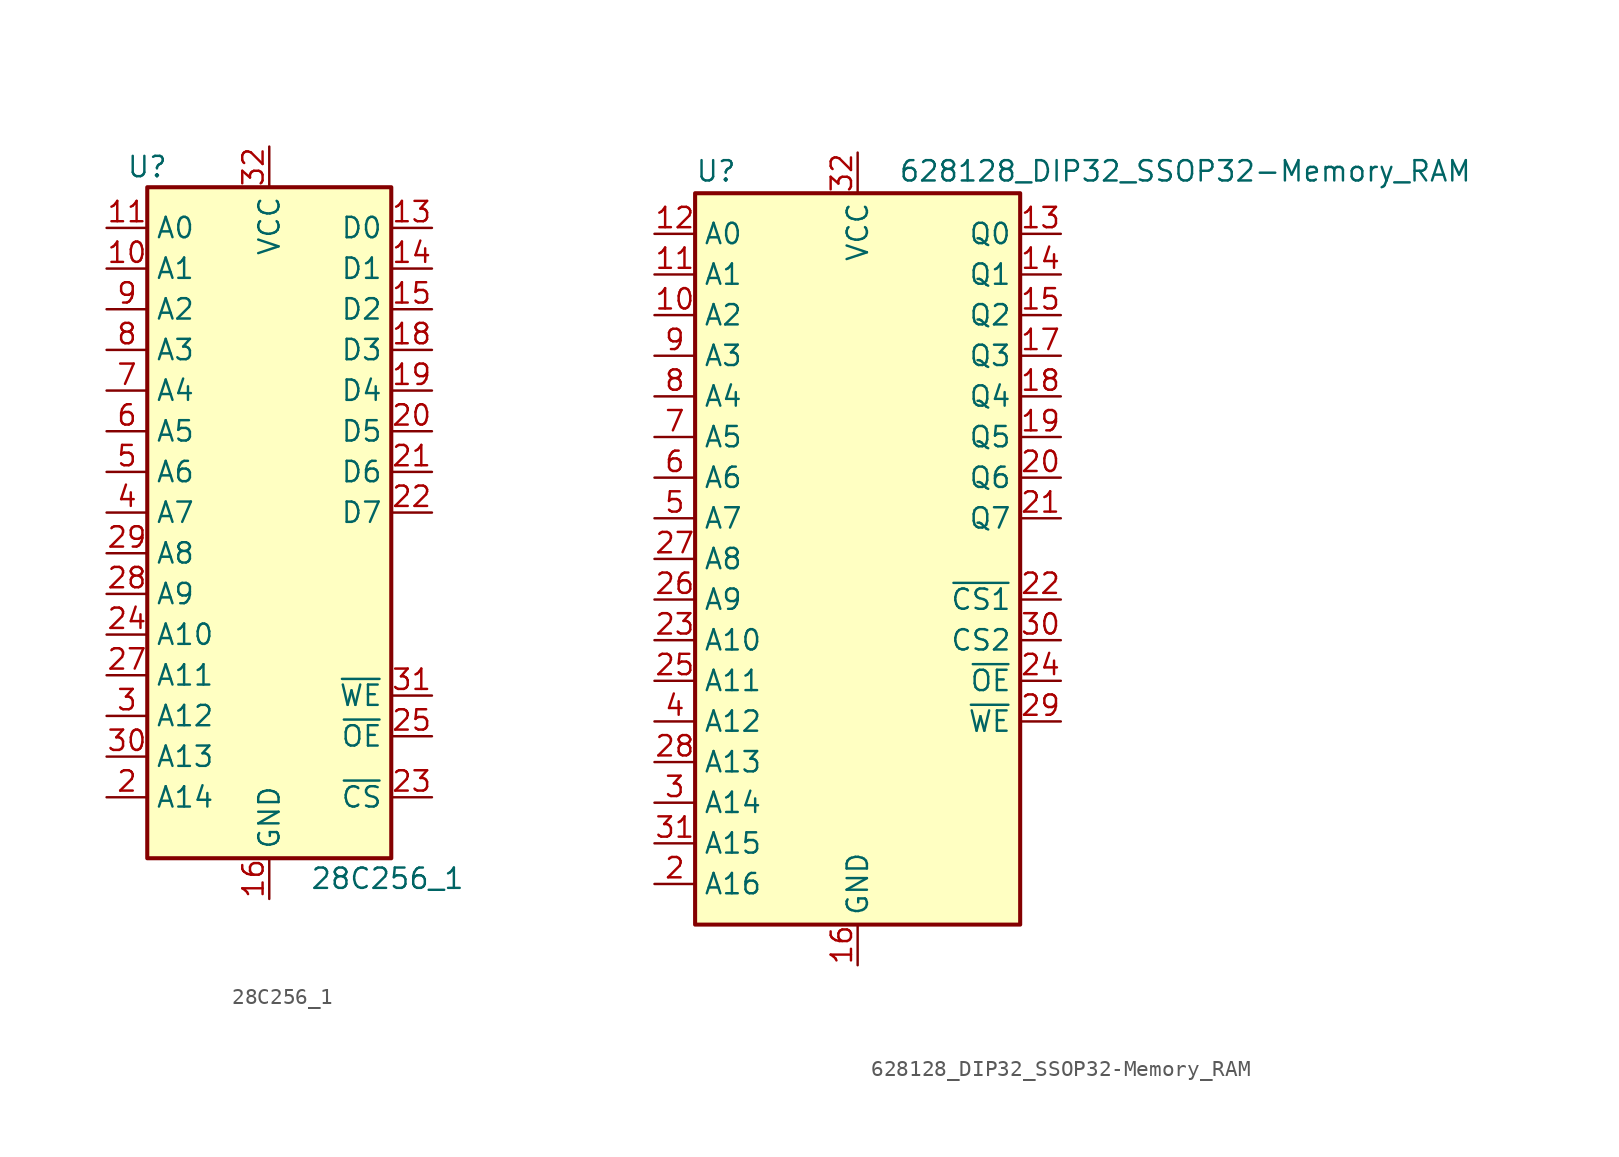
<source format=kicad_sym>
(kicad_symbol_lib
  (version 20211014)
  (generator kicad_symbol_editor)
  (symbol "28C256_1"
    (property "Reference" "U"
      (at -7.62 26.67 0)
      (effects (font (size 1.27 1.27))))
    (property "Value" "28C256_1"
      (at 2.54 -17.78 0)
      (effects (font (size 1.27 1.27)) (justify left)))
    (symbol "28C256_1_1_1"
      (rectangle (start -7.62 25.4) (end 7.62 -16.51) (stroke (width 0.254) (type default) (color 0 0 0 0)) (fill (type background)))
      (pin input line (at -10.16 20.32 0) (length 2.54) (name "A1" (effects (font (size 1.27 1.27)))) (number "10" (effects (font (size 1.27 1.27)))))
      (pin input line (at -10.16 22.86 0) (length 2.54) (name "A0" (effects (font (size 1.27 1.27)))) (number "11" (effects (font (size 1.27 1.27)))))
      (pin tri_state line (at 10.16 22.86 180) (length 2.54) (name "D0" (effects (font (size 1.27 1.27)))) (number "13" (effects (font (size 1.27 1.27)))))
      (pin tri_state line (at 10.16 20.32 180) (length 2.54) (name "D1" (effects (font (size 1.27 1.27)))) (number "14" (effects (font (size 1.27 1.27)))))
      (pin tri_state line (at 10.16 17.78 180) (length 2.54) (name "D2" (effects (font (size 1.27 1.27)))) (number "15" (effects (font (size 1.27 1.27)))))
      (pin power_in line (at 0 -19.05 90) (length 2.54) (name "GND" (effects (font (size 1.27 1.27)))) (number "16" (effects (font (size 1.27 1.27)))))
      (pin tri_state line (at 10.16 15.24 180) (length 2.54) (name "D3" (effects (font (size 1.27 1.27)))) (number "18" (effects (font (size 1.27 1.27)))))
      (pin tri_state line (at 10.16 12.7 180) (length 2.54) (name "D4" (effects (font (size 1.27 1.27)))) (number "19" (effects (font (size 1.27 1.27)))))
      (pin input line (at -10.16 -12.7 0) (length 2.54) (name "A14" (effects (font (size 1.27 1.27)))) (number "2" (effects (font (size 1.27 1.27)))))
      (pin tri_state line (at 10.16 10.16 180) (length 2.54) (name "D5" (effects (font (size 1.27 1.27)))) (number "20" (effects (font (size 1.27 1.27)))))
      (pin tri_state line (at 10.16 7.62 180) (length 2.54) (name "D6" (effects (font (size 1.27 1.27)))) (number "21" (effects (font (size 1.27 1.27)))))
      (pin tri_state line (at 10.16 5.08 180) (length 2.54) (name "D7" (effects (font (size 1.27 1.27)))) (number "22" (effects (font (size 1.27 1.27)))))
      (pin input line (at 10.16 -12.7 180) (length 2.54) (name "~{CS}" (effects (font (size 1.27 1.27)))) (number "23" (effects (font (size 1.27 1.27)))))
      (pin input line (at -10.16 -2.54 0) (length 2.54) (name "A10" (effects (font (size 1.27 1.27)))) (number "24" (effects (font (size 1.27 1.27)))))
      (pin input line (at 10.16 -8.89 180) (length 2.54) (name "~{OE}" (effects (font (size 1.27 1.27)))) (number "25" (effects (font (size 1.27 1.27)))))
      (pin input line (at -10.16 -5.08 0) (length 2.54) (name "A11" (effects (font (size 1.27 1.27)))) (number "27" (effects (font (size 1.27 1.27)))))
      (pin input line (at -10.16 0 0) (length 2.54) (name "A9" (effects (font (size 1.27 1.27)))) (number "28" (effects (font (size 1.27 1.27)))))
      (pin input line (at -10.16 2.54 0) (length 2.54) (name "A8" (effects (font (size 1.27 1.27)))) (number "29" (effects (font (size 1.27 1.27)))))
      (pin input line (at -10.16 -7.62 0) (length 2.54) (name "A12" (effects (font (size 1.27 1.27)))) (number "3" (effects (font (size 1.27 1.27)))))
      (pin input line (at -10.16 -10.16 0) (length 2.54) (name "A13" (effects (font (size 1.27 1.27)))) (number "30" (effects (font (size 1.27 1.27)))))
      (pin input line (at 10.16 -6.35 180) (length 2.54) (name "~{WE}" (effects (font (size 1.27 1.27)))) (number "31" (effects (font (size 1.27 1.27)))))
      (pin power_in line (at 0 27.94 270) (length 2.54) (name "VCC" (effects (font (size 1.27 1.27)))) (number "32" (effects (font (size 1.27 1.27)))))
      (pin input line (at -10.16 5.08 0) (length 2.54) (name "A7" (effects (font (size 1.27 1.27)))) (number "4" (effects (font (size 1.27 1.27)))))
      (pin input line (at -10.16 7.62 0) (length 2.54) (name "A6" (effects (font (size 1.27 1.27)))) (number "5" (effects (font (size 1.27 1.27)))))
      (pin input line (at -10.16 10.16 0) (length 2.54) (name "A5" (effects (font (size 1.27 1.27)))) (number "6" (effects (font (size 1.27 1.27)))))
      (pin input line (at -10.16 12.7 0) (length 2.54) (name "A4" (effects (font (size 1.27 1.27)))) (number "7" (effects (font (size 1.27 1.27)))))
      (pin input line (at -10.16 15.24 0) (length 2.54) (name "A3" (effects (font (size 1.27 1.27)))) (number "8" (effects (font (size 1.27 1.27)))))
      (pin input line (at -10.16 17.78 0) (length 2.54) (name "A2" (effects (font (size 1.27 1.27)))) (number "9" (effects (font (size 1.27 1.27)))))))
  (symbol "628128_DIP32_SSOP32-Memory_RAM"
    (property "Reference" "U"
      (at -10.16 23.495 0)
      (effects (font (size 1.27 1.27)) (justify left bottom)))
    (property "Value" "628128_DIP32_SSOP32-Memory_RAM"
      (at 2.54 23.495 0)
      (effects (font (size 1.27 1.27)) (justify left bottom)))
    (symbol "628128_DIP32_SSOP32-Memory_RAM_0_0"
      (pin power_in line (at 0 -25.4 90) (length 2.54) (name "GND" (effects (font (size 1.27 1.27)))) (number "16" (effects (font (size 1.27 1.27)))))
      (pin power_in line (at 0 25.4 270) (length 2.54) (name "VCC" (effects (font (size 1.27 1.27)))) (number "32" (effects (font (size 1.27 1.27))))))
    (symbol "628128_DIP32_SSOP32-Memory_RAM_0_1"
      (rectangle (start -10.16 22.86) (end 10.16 -22.86) (stroke (width 0.254) (type default) (color 0 0 0 0)) (fill (type background))))
    (symbol "628128_DIP32_SSOP32-Memory_RAM_1_1"
      (pin no_connect line (at 10.16 -20.32 180) (length 2.54) hide (name "NC" (effects (font (size 1.27 1.27)))) (number "1" (effects (font (size 1.27 1.27)))))
      (pin input line (at -12.7 15.24 0) (length 2.54) (name "A2" (effects (font (size 1.27 1.27)))) (number "10" (effects (font (size 1.27 1.27)))))
      (pin input line (at -12.7 17.78 0) (length 2.54) (name "A1" (effects (font (size 1.27 1.27)))) (number "11" (effects (font (size 1.27 1.27)))))
      (pin input line (at -12.7 20.32 0) (length 2.54) (name "A0" (effects (font (size 1.27 1.27)))) (number "12" (effects (font (size 1.27 1.27)))))
      (pin tri_state line (at 12.7 20.32 180) (length 2.54) (name "Q0" (effects (font (size 1.27 1.27)))) (number "13" (effects (font (size 1.27 1.27)))))
      (pin tri_state line (at 12.7 17.78 180) (length 2.54) (name "Q1" (effects (font (size 1.27 1.27)))) (number "14" (effects (font (size 1.27 1.27)))))
      (pin tri_state line (at 12.7 15.24 180) (length 2.54) (name "Q2" (effects (font (size 1.27 1.27)))) (number "15" (effects (font (size 1.27 1.27)))))
      (pin tri_state line (at 12.7 12.7 180) (length 2.54) (name "Q3" (effects (font (size 1.27 1.27)))) (number "17" (effects (font (size 1.27 1.27)))))
      (pin tri_state line (at 12.7 10.16 180) (length 2.54) (name "Q4" (effects (font (size 1.27 1.27)))) (number "18" (effects (font (size 1.27 1.27)))))
      (pin tri_state line (at 12.7 7.62 180) (length 2.54) (name "Q5" (effects (font (size 1.27 1.27)))) (number "19" (effects (font (size 1.27 1.27)))))
      (pin input line (at -12.7 -20.32 0) (length 2.54) (name "A16" (effects (font (size 1.27 1.27)))) (number "2" (effects (font (size 1.27 1.27)))))
      (pin tri_state line (at 12.7 5.08 180) (length 2.54) (name "Q6" (effects (font (size 1.27 1.27)))) (number "20" (effects (font (size 1.27 1.27)))))
      (pin tri_state line (at 12.7 2.54 180) (length 2.54) (name "Q7" (effects (font (size 1.27 1.27)))) (number "21" (effects (font (size 1.27 1.27)))))
      (pin input line (at 12.7 -2.54 180) (length 2.54) (name "~{CS1}" (effects (font (size 1.27 1.27)))) (number "22" (effects (font (size 1.27 1.27)))))
      (pin input line (at -12.7 -5.08 0) (length 2.54) (name "A10" (effects (font (size 1.27 1.27)))) (number "23" (effects (font (size 1.27 1.27)))))
      (pin input line (at 12.7 -7.62 180) (length 2.54) (name "~{OE}" (effects (font (size 1.27 1.27)))) (number "24" (effects (font (size 1.27 1.27)))))
      (pin input line (at -12.7 -7.62 0) (length 2.54) (name "A11" (effects (font (size 1.27 1.27)))) (number "25" (effects (font (size 1.27 1.27)))))
      (pin input line (at -12.7 -2.54 0) (length 2.54) (name "A9" (effects (font (size 1.27 1.27)))) (number "26" (effects (font (size 1.27 1.27)))))
      (pin input line (at -12.7 0 0) (length 2.54) (name "A8" (effects (font (size 1.27 1.27)))) (number "27" (effects (font (size 1.27 1.27)))))
      (pin input line (at -12.7 -12.7 0) (length 2.54) (name "A13" (effects (font (size 1.27 1.27)))) (number "28" (effects (font (size 1.27 1.27)))))
      (pin input line (at 12.7 -10.16 180) (length 2.54) (name "~{WE}" (effects (font (size 1.27 1.27)))) (number "29" (effects (font (size 1.27 1.27)))))
      (pin input line (at -12.7 -15.24 0) (length 2.54) (name "A14" (effects (font (size 1.27 1.27)))) (number "3" (effects (font (size 1.27 1.27)))))
      (pin input line (at 12.7 -5.08 180) (length 2.54) (name "CS2" (effects (font (size 1.27 1.27)))) (number "30" (effects (font (size 1.27 1.27)))))
      (pin input line (at -12.7 -17.78 0) (length 2.54) (name "A15" (effects (font (size 1.27 1.27)))) (number "31" (effects (font (size 1.27 1.27)))))
      (pin input line (at -12.7 -10.16 0) (length 2.54) (name "A12" (effects (font (size 1.27 1.27)))) (number "4" (effects (font (size 1.27 1.27)))))
      (pin input line (at -12.7 2.54 0) (length 2.54) (name "A7" (effects (font (size 1.27 1.27)))) (number "5" (effects (font (size 1.27 1.27)))))
      (pin input line (at -12.7 5.08 0) (length 2.54) (name "A6" (effects (font (size 1.27 1.27)))) (number "6" (effects (font (size 1.27 1.27)))))
      (pin input line (at -12.7 7.62 0) (length 2.54) (name "A5" (effects (font (size 1.27 1.27)))) (number "7" (effects (font (size 1.27 1.27)))))
      (pin input line (at -12.7 10.16 0) (length 2.54) (name "A4" (effects (font (size 1.27 1.27)))) (number "8" (effects (font (size 1.27 1.27)))))
      (pin input line (at -12.7 12.7 0) (length 2.54) (name "A3" (effects (font (size 1.27 1.27)))) (number "9" (effects (font (size 1.27 1.27))))))))
</source>
